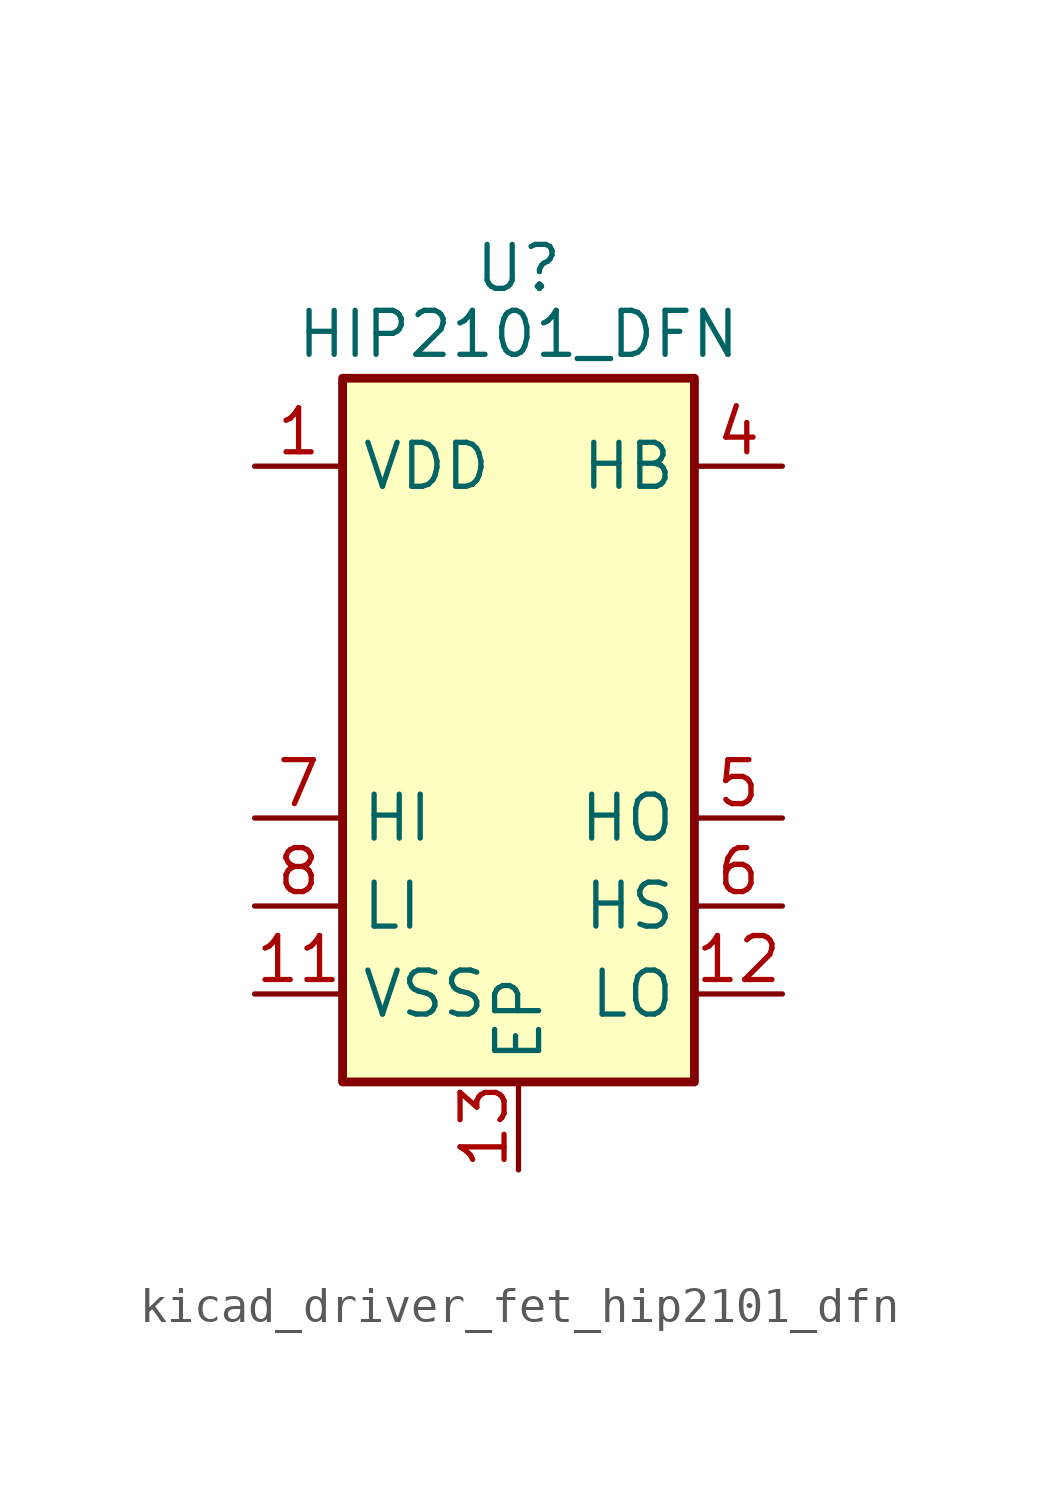
<source format=kicad_sym>
(kicad_symbol_lib
  (version 20220914)
  (generator kicad_symbol_editor)
  (symbol "kicad_driver_fet_hip2101_dfn"
    (property "Reference" "U"
      (at 0 13.335 0)
      (effects (font (size 1.27 1.27))))
    (property "Value" "HIP2101_DFN"
      (at 0 11.43 0)
      (effects (font (size 1.27 1.27))))
    (symbol "kicad_driver_fet_hip2101_dfn_0_1"
      (rectangle (start -5.08 -10.16) (end 5.08 10.16) (stroke (width 0.254) (type default)) (fill (type background))))
    (symbol "kicad_driver_fet_hip2101_dfn_1_1"
      (pin power_in line (at -7.62 7.62 0) (length 2.54) (name "VDD" (effects (font (size 1.27 1.27)))) (number "1" (effects (font (size 1.27 1.27)))))
      (pin no_connect line (at 5.08 2.54 180) (length 2.54) hide (name "NC" (effects (font (size 1.27 1.27)))) (number "10" (effects (font (size 1.27 1.27)))))
      (pin power_in line (at -7.62 -7.62 0) (length 2.54) (name "VSS" (effects (font (size 1.27 1.27)))) (number "11" (effects (font (size 1.27 1.27)))))
      (pin output line (at 7.62 -7.62 180) (length 2.54) (name "LO" (effects (font (size 1.27 1.27)))) (number "12" (effects (font (size 1.27 1.27)))))
      (pin output line (at 0 -12.7 90) (length 2.54) (name "EP" (effects (font (size 1.27 1.27)))) (number "13" (effects (font (size 1.27 1.27)))))
      (pin no_connect line (at -5.08 5.08 0) (length 2.54) hide (name "NC" (effects (font (size 1.27 1.27)))) (number "2" (effects (font (size 1.27 1.27)))))
      (pin no_connect line (at -5.08 2.54 0) (length 2.54) hide (name "NC" (effects (font (size 1.27 1.27)))) (number "3" (effects (font (size 1.27 1.27)))))
      (pin passive line (at 7.62 7.62 180) (length 2.54) (name "HB" (effects (font (size 1.27 1.27)))) (number "4" (effects (font (size 1.27 1.27)))))
      (pin output line (at 7.62 -2.54 180) (length 2.54) (name "HO" (effects (font (size 1.27 1.27)))) (number "5" (effects (font (size 1.27 1.27)))))
      (pin passive line (at 7.62 -5.08 180) (length 2.54) (name "HS" (effects (font (size 1.27 1.27)))) (number "6" (effects (font (size 1.27 1.27)))))
      (pin input line (at -7.62 -2.54 0) (length 2.54) (name "HI" (effects (font (size 1.27 1.27)))) (number "7" (effects (font (size 1.27 1.27)))))
      (pin input line (at -7.62 -5.08 0) (length 2.54) (name "LI" (effects (font (size 1.27 1.27)))) (number "8" (effects (font (size 1.27 1.27)))))
      (pin no_connect line (at 5.08 5.08 180) (length 2.54) hide (name "NC" (effects (font (size 1.27 1.27)))) (number "9" (effects (font (size 1.27 1.27))))))))
</source>
